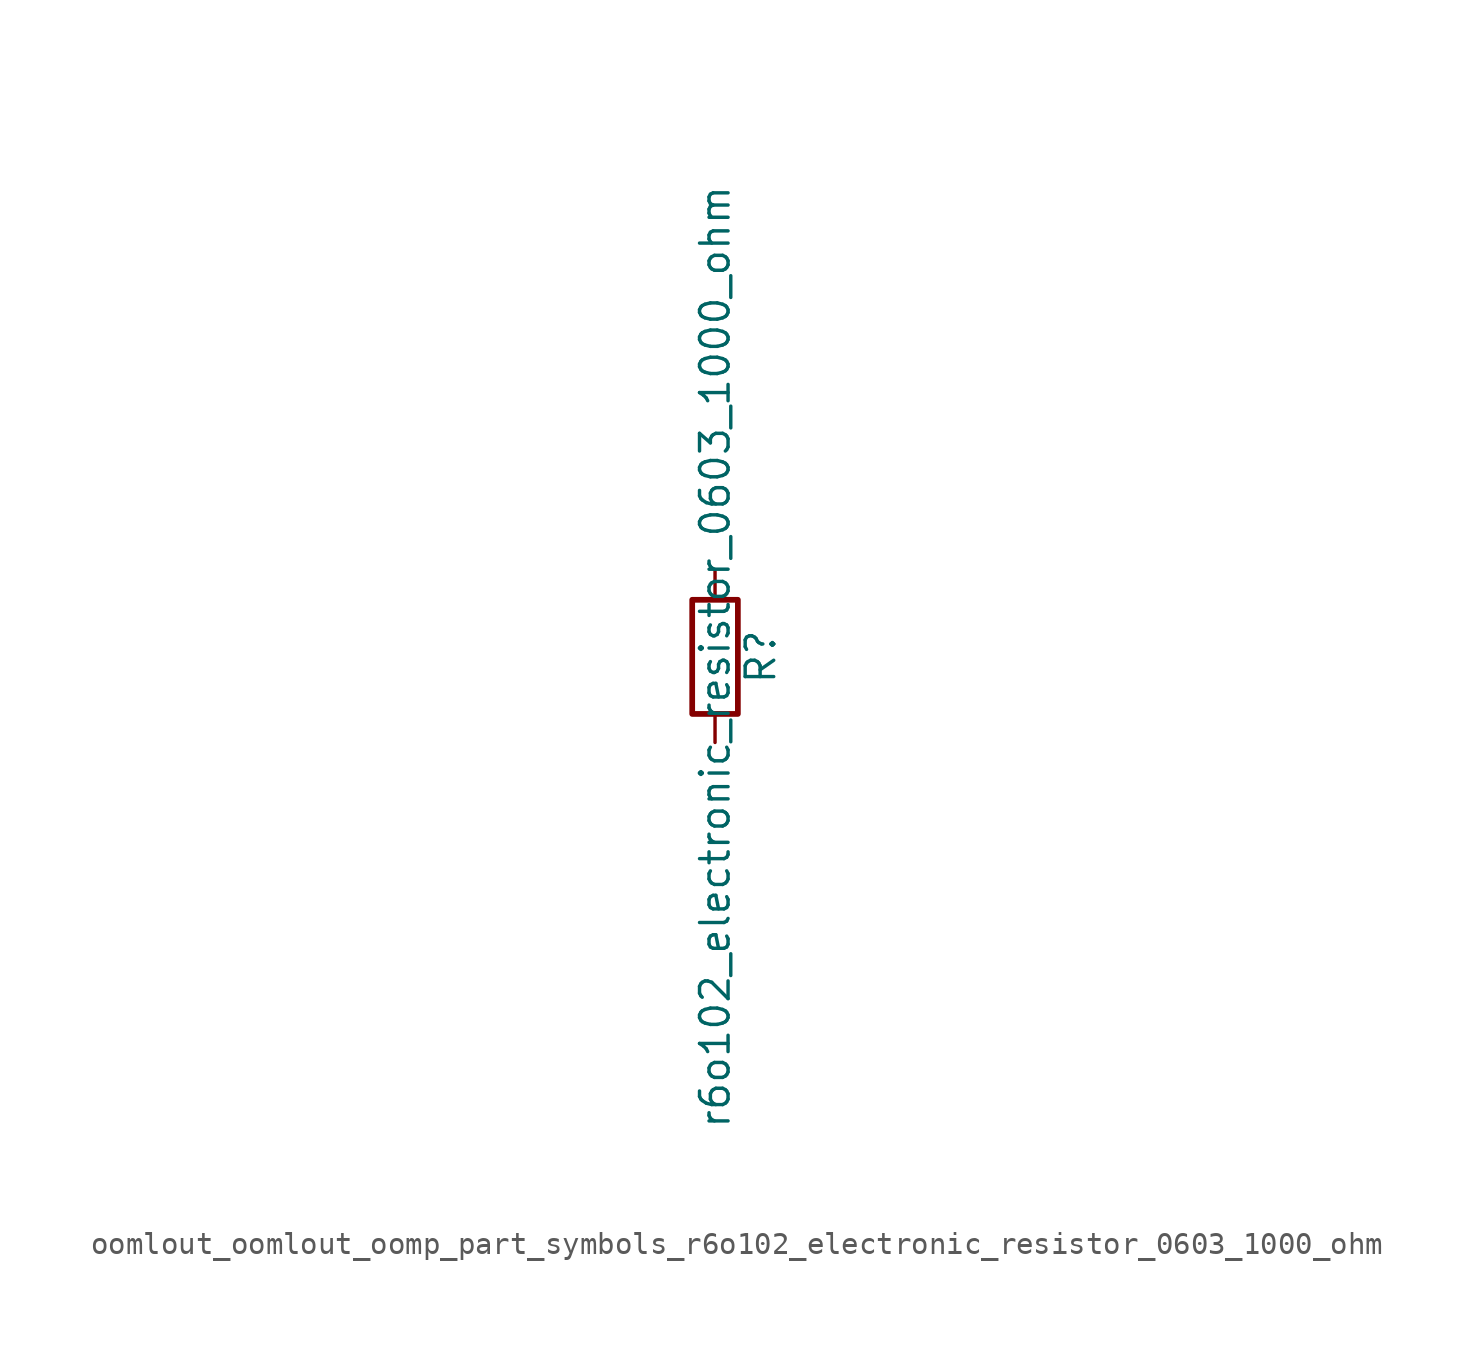
<source format=kicad_sym>
(kicad_symbol_lib
  (version 20220914)
  (generator kicad_symbol_editor)
  (symbol "oomlout_oomlout_oomp_part_symbols_r6o102_electronic_resistor_0603_1000_ohm"
    (pin_numbers hide)
    (pin_names
      (offset 0))
    (property "Reference" "R"
      (at 2.032 0 90)
      (effects (font (size 1.27 1.27))))
    (property "Value" "r6o102_electronic_resistor_0603_1000_ohm"
      (at 0 0 90)
      (effects (font (size 1.27 1.27))))
    (symbol "oomlout_oomlout_oomp_part_symbols_r6o102_electronic_resistor_0603_1000_ohm_0_1"
      (rectangle (start -1.016 -2.54) (end 1.016 2.54) (stroke (width 0.254) (type default)) (fill (type none))))
    (symbol "oomlout_oomlout_oomp_part_symbols_r6o102_electronic_resistor_0603_1000_ohm_1_1"
      (pin passive line (at 0 3.81 270) (length 1.27) (name "~" (effects (font (size 1.27 1.27)))) (number "1" (effects (font (size 1.27 1.27)))))
      (pin passive line (at 0 -3.81 90) (length 1.27) (name "~" (effects (font (size 1.27 1.27)))) (number "2" (effects (font (size 1.27 1.27))))))))
</source>
